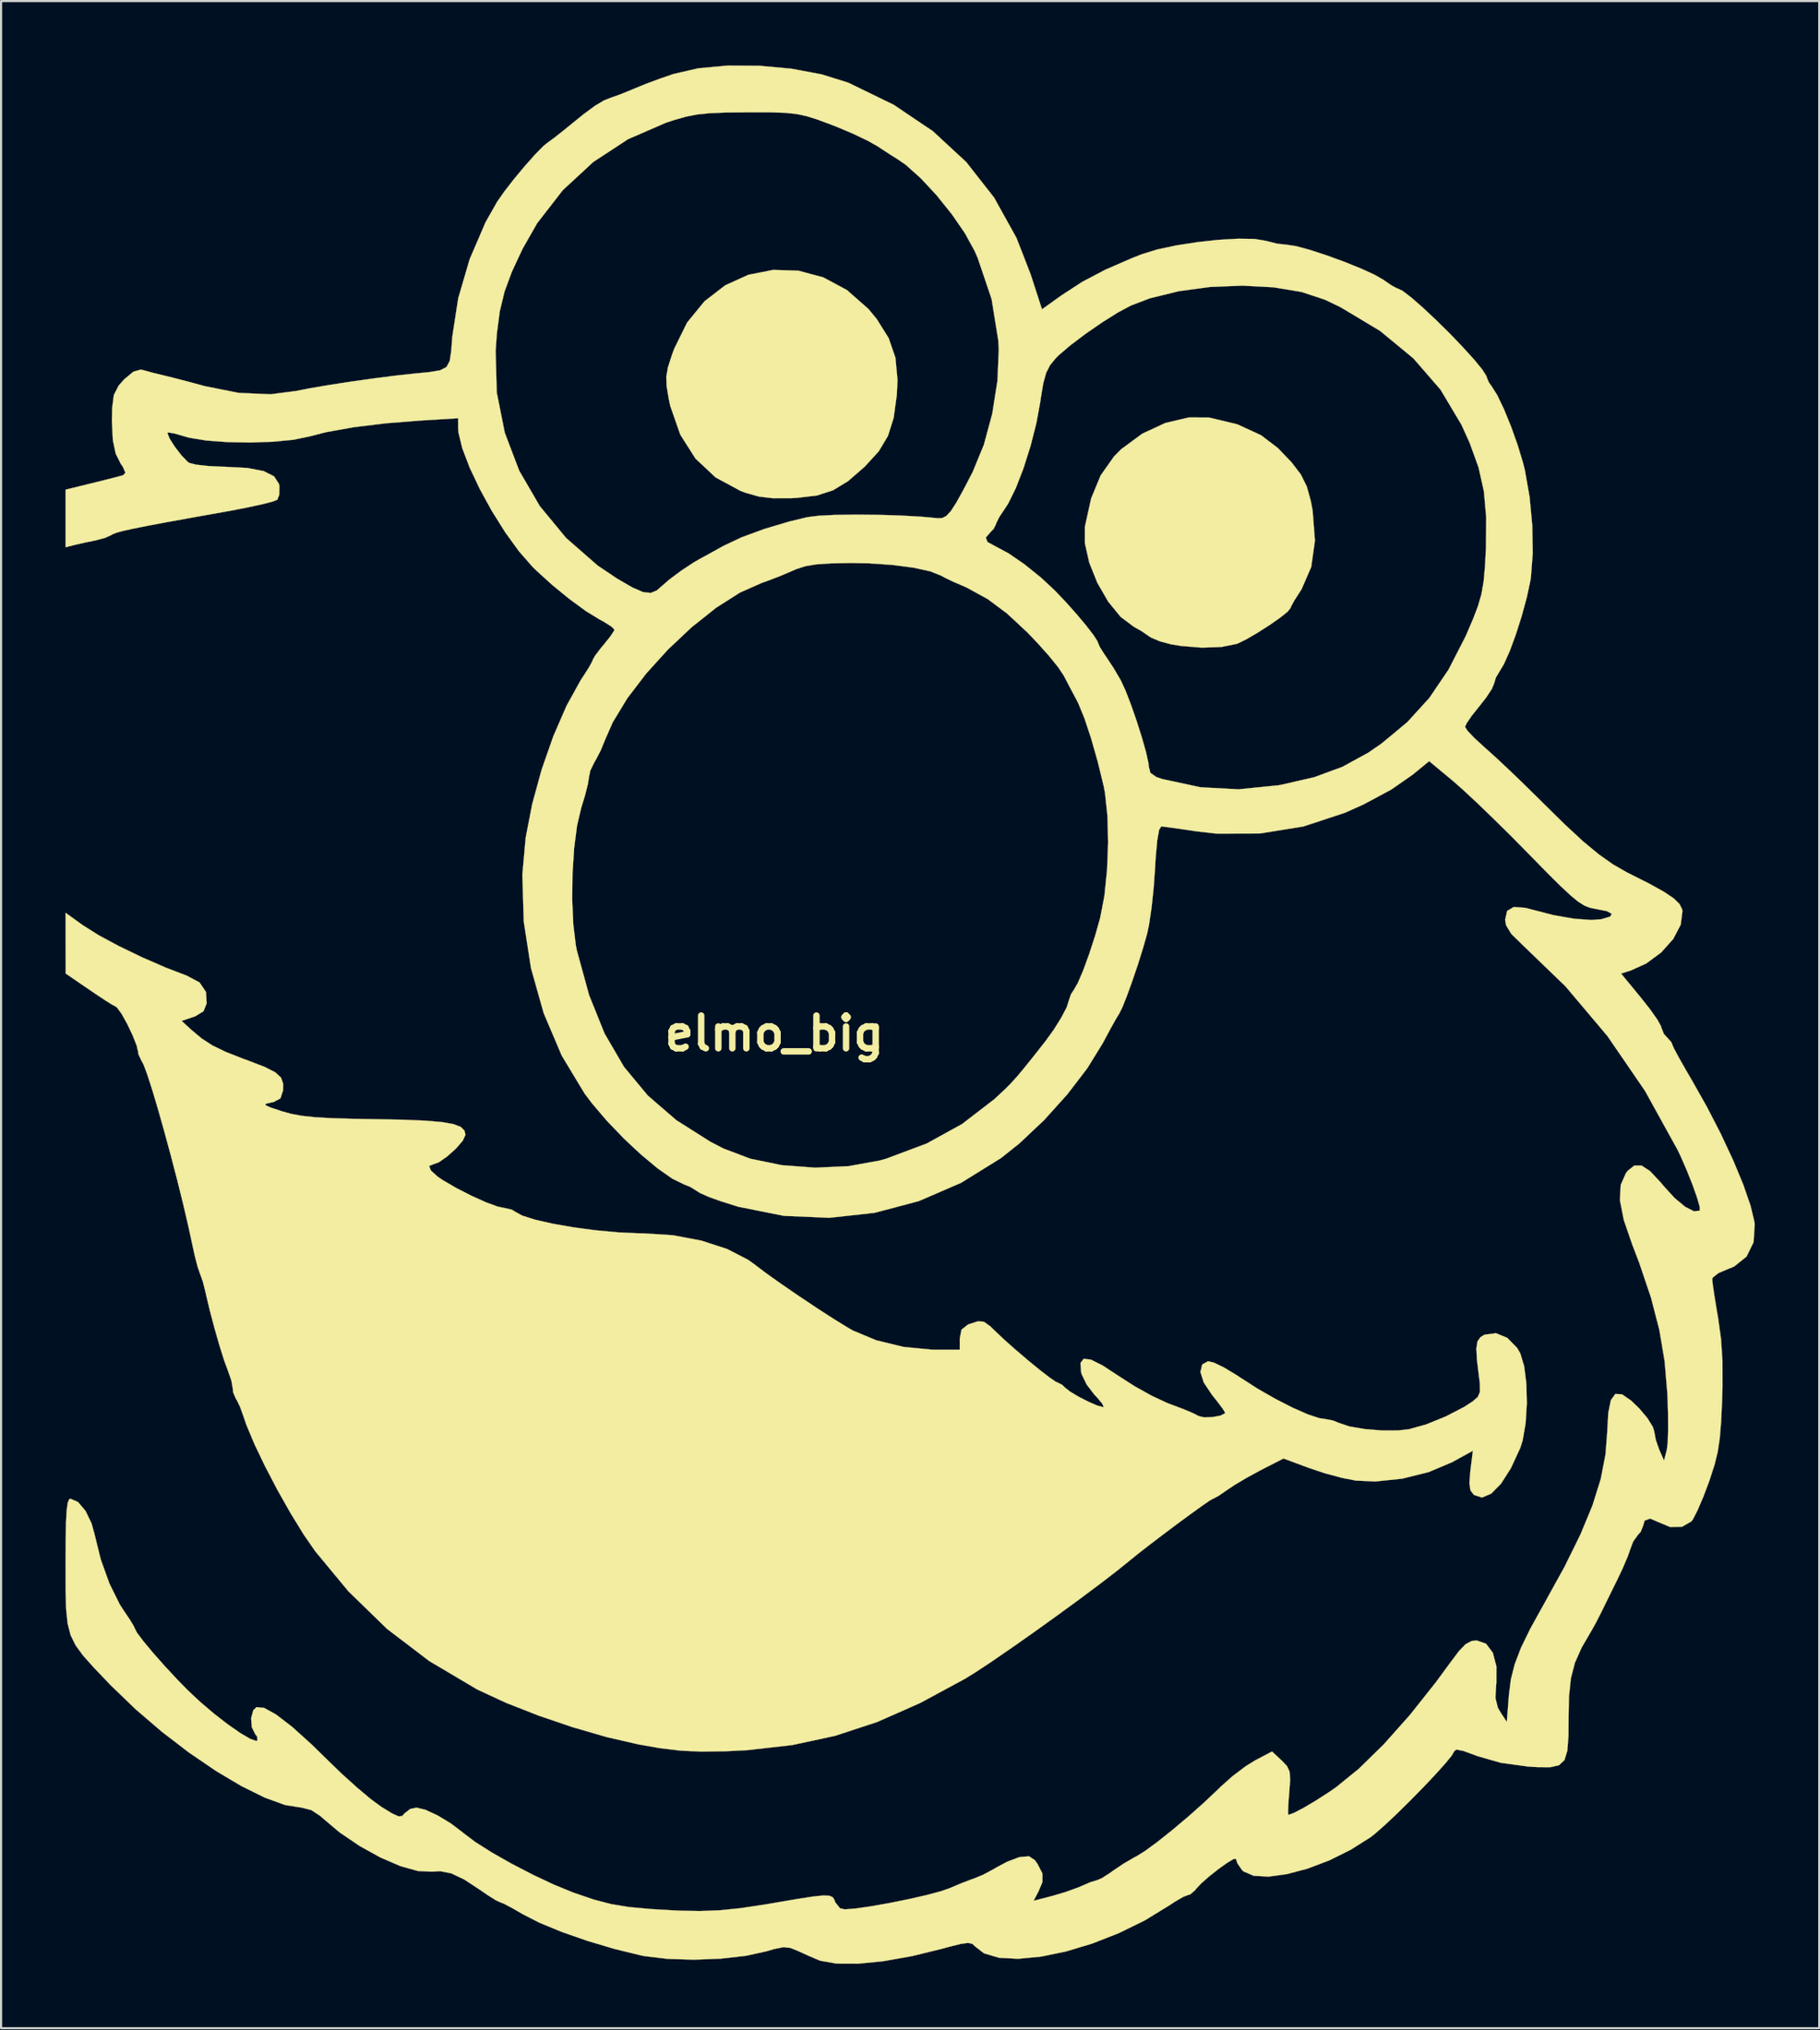
<source format=kicad_pcb>
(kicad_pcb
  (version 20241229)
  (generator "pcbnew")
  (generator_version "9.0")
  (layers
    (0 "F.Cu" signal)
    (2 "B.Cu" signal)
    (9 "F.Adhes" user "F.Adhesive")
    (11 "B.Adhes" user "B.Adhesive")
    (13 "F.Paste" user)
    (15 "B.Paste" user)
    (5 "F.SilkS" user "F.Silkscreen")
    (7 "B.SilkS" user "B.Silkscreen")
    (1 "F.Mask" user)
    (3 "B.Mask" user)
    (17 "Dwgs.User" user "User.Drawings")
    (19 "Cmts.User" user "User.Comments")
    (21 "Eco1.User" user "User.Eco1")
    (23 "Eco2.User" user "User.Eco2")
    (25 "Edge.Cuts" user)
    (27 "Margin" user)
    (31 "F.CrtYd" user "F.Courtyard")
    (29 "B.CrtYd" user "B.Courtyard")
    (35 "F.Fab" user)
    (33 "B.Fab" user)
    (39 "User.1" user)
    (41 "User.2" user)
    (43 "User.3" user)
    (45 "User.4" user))
  (footprint "elmo_big"
    (layer "F.Cu")
    (at 33.025 45.099)
    (property "Reference" "elmo_big" (at 0 0 0) (layer "F.SilkS") (effects (font (size 1.524 1.524) (thickness 0.3))))
    (attr through_hole)
    (fp_poly (pts (xy 1.115 -35.538) (xy 2.276 -35.227) (xy 3.378 -34.636) (xy 4.377 -33.758) (xy 4.764 -33.291) (xy 5.323 -32.398) (xy 5.638 -31.486) (xy 5.735 -30.45) (xy 5.702 -29.743) (xy 5.556 -28.68) (xy 5.291 -27.841) (xy 4.86 -27.121) (xy 4.214 -26.414) (xy 4.21 -26.41) (xy 3.442 -25.741) (xy 2.735 -25.308) (xy 1.972 -25.062) (xy 1.033 -24.952) (xy 0.762 -24.94) (xy -0.07 -24.938) (xy -0.72 -25.014) (xy -1.341 -25.19) (xy -1.582 -25.28) (xy -2.739 -25.906) (xy -3.677 -26.785) (xy -4.385 -27.902) (xy -4.852 -29.241) (xy -4.926 -29.592) (xy -5.019 -30.161) (xy -5.035 -30.598) (xy -4.959 -31.035) (xy -4.776 -31.604) (xy -4.674 -31.886) (xy -4.067 -33.119) (xy -3.258 -34.111) (xy -2.292 -34.856) (xy -1.212 -35.346) (xy -0.062 -35.575) (xy 1.115 -35.538)) (stroke (width 0.01) (type solid)) (fill yes) (layer "F.SilkS"))
    (fp_poly (pts (xy 20.255 -28.694) (xy 21.558 -28.383) (xy 22.675 -27.87) (xy 23.453 -27.275) (xy 24.093 -26.609) (xy 24.524 -26.046) (xy 24.804 -25.478) (xy 24.991 -24.801) (xy 25.073 -24.362) (xy 25.181 -22.96) (xy 25.008 -21.733) (xy 24.555 -20.69) (xy 24.479 -20.573) (xy 24.219 -20.167) (xy 24.064 -19.882) (xy 24.045 -19.822) (xy 23.911 -19.654) (xy 23.561 -19.374) (xy 23.076 -19.033) (xy 22.534 -18.685) (xy 22.015 -18.381) (xy 21.6 -18.176) (xy 21.522 -18.147) (xy 20.817 -18.007) (xy 19.912 -17.977) (xy 18.928 -18.057) (xy 18.476 -18.132) (xy 17.954 -18.272) (xy 17.545 -18.446) (xy 17.46 -18.502) (xy 17.098 -18.749) (xy 16.752 -18.943) (xy 16.132 -19.408) (xy 15.549 -20.121) (xy 15.047 -20.992) (xy 14.671 -21.931) (xy 14.464 -22.847) (xy 14.464 -23.601) (xy 14.758 -24.93) (xy 15.201 -26.004) (xy 15.822 -26.882) (xy 16.168 -27.23) (xy 17.134 -27.942) (xy 18.208 -28.442) (xy 19.301 -28.699) (xy 20.255 -28.694)) (stroke (width 0.01) (type solid)) (fill yes) (layer "F.SilkS"))
    (fp_poly (pts (xy -32.216 -5.043) (xy -31.496 -4.588) (xy -30.547 -4.076) (xy -29.464 -3.553) (xy -28.341 -3.064) (xy -27.374 -2.693) (xy -26.777 -2.375) (xy -26.48 -1.935) (xy -26.448 -1.403) (xy -26.594 -1.036) (xy -26.979 -0.801) (xy -27.059 -0.773) (xy -27.616 -0.586) (xy -27.143 -0.154) (xy -26.673 0.239) (xy -26.181 0.557) (xy -25.574 0.852) (xy -24.757 1.174) (xy -24.514 1.263) (xy -23.746 1.559) (xy -23.253 1.809) (xy -22.982 2.058) (xy -22.881 2.35) (xy -22.89 2.656) (xy -23.009 3.022) (xy -23.323 3.192) (xy -23.445 3.217) (xy -23.688 3.272) (xy -23.712 3.338) (xy -23.482 3.444) (xy -22.963 3.618) (xy -22.937 3.626) (xy -22.506 3.746) (xy -22.022 3.835) (xy -21.427 3.9) (xy -20.661 3.945) (xy -19.664 3.976) (xy -18.627 3.993) (xy -17.286 4.019) (xy -16.25 4.063) (xy -15.481 4.129) (xy -14.947 4.224) (xy -14.611 4.354) (xy -14.438 4.526) (xy -14.393 4.723) (xy -14.52 4.998) (xy -14.835 5.363) (xy -15.24 5.727) (xy -15.634 6.001) (xy -15.899 6.096) (xy -16.085 6.174) (xy -16.005 6.381) (xy -15.684 6.673) (xy -15.452 6.831) (xy -14.809 7.205) (xy -14.11 7.562) (xy -13.444 7.862) (xy -12.901 8.063) (xy -12.591 8.128) (xy -12.228 8.209) (xy -12.09 8.298) (xy -11.749 8.486) (xy -11.137 8.679) (xy -10.318 8.864) (xy -9.36 9.031) (xy -8.329 9.169) (xy -7.291 9.266) (xy -6.312 9.311) (xy -6.092 9.313) (xy -4.718 9.402) (xy -3.392 9.653) (xy -2.197 10.043) (xy -1.218 10.548) (xy -0.931 10.756) (xy -0.407 11.153) (xy 0.311 11.663) (xy 1.137 12.231) (xy 1.986 12.797) (xy 2.774 13.306) (xy 3.416 13.701) (xy 3.655 13.838) (xy 4.743 14.293) (xy 6.011 14.602) (xy 7.32 14.73) (xy 7.486 14.732) (xy 8.636 14.732) (xy 8.636 14.22) (xy 8.715 13.802) (xy 9.009 13.567) (xy 9.07 13.542) (xy 9.482 13.41) (xy 9.765 13.432) (xy 10.062 13.648) (xy 10.274 13.854) (xy 10.713 14.269) (xy 11.25 14.746) (xy 11.821 15.232) (xy 12.364 15.676) (xy 12.815 16.025) (xy 13.111 16.227) (xy 13.182 16.256) (xy 13.41 16.372) (xy 13.535 16.495) (xy 13.772 16.684) (xy 14.171 16.921) (xy 14.628 17.155) (xy 15.04 17.334) (xy 15.303 17.406) (xy 15.341 17.396) (xy 15.275 17.249) (xy 15.032 16.955) (xy 14.899 16.815) (xy 14.547 16.354) (xy 14.313 15.868) (xy 14.288 15.771) (xy 14.261 15.35) (xy 14.407 15.157) (xy 14.743 15.194) (xy 15.286 15.465) (xy 16.045 15.962) (xy 16.781 16.435) (xy 17.576 16.877) (xy 18.287 17.21) (xy 18.461 17.277) (xy 19.046 17.497) (xy 19.516 17.695) (xy 19.763 17.824) (xy 20.014 17.886) (xy 20.396 17.874) (xy 20.767 17.807) (xy 20.984 17.703) (xy 20.997 17.668) (xy 20.899 17.501) (xy 20.644 17.159) (xy 20.392 16.844) (xy 20.003 16.261) (xy 19.847 15.771) (xy 19.93 15.422) (xy 20.203 15.27) (xy 20.475 15.335) (xy 20.936 15.558) (xy 21.504 15.898) (xy 21.727 16.046) (xy 22.514 16.551) (xy 23.346 17.027) (xy 24.151 17.438) (xy 24.856 17.749) (xy 25.391 17.924) (xy 25.581 17.949) (xy 26.017 18.03) (xy 26.283 18.138) (xy 26.781 18.306) (xy 27.492 18.429) (xy 28.294 18.496) (xy 29.063 18.494) (xy 29.556 18.439) (xy 30.365 18.213) (xy 31.276 17.843) (xy 32.132 17.399) (xy 32.515 17.152) (xy 32.766 16.938) (xy 32.871 16.694) (xy 32.863 16.298) (xy 32.826 16.002) (xy 32.729 15.206) (xy 32.702 14.676) (xy 32.754 14.345) (xy 32.894 14.146) (xy 33.085 14.033) (xy 33.612 13.963) (xy 34.142 14.181) (xy 34.597 14.645) (xy 34.747 14.903) (xy 34.929 15.503) (xy 35.031 16.319) (xy 35.053 17.241) (xy 34.996 18.157) (xy 34.859 18.954) (xy 34.749 19.304) (xy 34.309 20.256) (xy 33.849 20.976) (xy 33.392 21.439) (xy 32.964 21.621) (xy 32.587 21.497) (xy 32.428 21.287) (xy 32.378 20.951) (xy 32.422 20.389) (xy 32.426 20.355) (xy 32.541 19.44) (xy 31.558 19.979) (xy 30.482 20.434) (xy 29.245 20.741) (xy 27.995 20.872) (xy 27.093 20.831) (xy 26.448 20.706) (xy 25.664 20.495) (xy 24.939 20.255) (xy 23.716 19.8) (xy 22.653 20.346) (xy 22.024 20.687) (xy 21.44 21.034) (xy 21.066 21.284) (xy 20.702 21.535) (xy 20.459 21.668) (xy 20.431 21.675) (xy 20.265 21.771) (xy 19.891 22.03) (xy 19.366 22.408) (xy 18.751 22.861) (xy 18.104 23.346) (xy 17.484 23.818) (xy 16.95 24.234) (xy 16.583 24.532) (xy 15.964 25.031) (xy 15.146 25.66) (xy 14.188 26.375) (xy 13.15 27.133) (xy 12.091 27.893) (xy 11.071 28.611) (xy 10.148 29.245) (xy 9.383 29.753) (xy 8.89 30.058) (xy 6.78 31.198) (xy 4.783 32.079) (xy 2.824 32.723) (xy 0.828 33.152) (xy -1.279 33.39) (xy -2.286 33.441) (xy -3.406 33.457) (xy -4.368 33.412) (xy -5.34 33.295) (xy -6.35 33.117) (xy -7.807 32.782) (xy -9.395 32.321) (xy -10.999 31.775) (xy -12.506 31.183) (xy -13.799 30.583) (xy -13.885 30.538) (xy -16.081 29.236) (xy -18.049 27.736) (xy -19.842 25.991) (xy -21.384 24.13) (xy -21.935 23.333) (xy -22.54 22.347) (xy -23.155 21.258) (xy -23.734 20.151) (xy -24.231 19.11) (xy -24.602 18.22) (xy -24.724 17.865) (xy -24.89 17.401) (xy -25.046 17.076) (xy -25.082 17.026) (xy -25.21 16.732) (xy -25.231 16.544) (xy -25.297 16.167) (xy -25.458 15.703) (xy -25.464 15.689) (xy -25.633 15.23) (xy -25.848 14.546) (xy -26.08 13.74) (xy -26.298 12.917) (xy -26.474 12.18) (xy -26.507 12.028) (xy -26.627 11.553) (xy -26.754 11.197) (xy -26.761 11.182) (xy -26.865 10.882) (xy -26.997 10.373) (xy -27.1 9.906) (xy -27.302 8.973) (xy -27.549 7.917) (xy -27.829 6.792) (xy -28.127 5.647) (xy -28.429 4.535) (xy -28.72 3.508) (xy -28.987 2.615) (xy -29.215 1.91) (xy -29.39 1.443) (xy -29.48 1.278) (xy -29.625 0.97) (xy -29.633 0.887) (xy -29.708 0.561) (xy -29.898 0.081) (xy -30.149 -0.446) (xy -30.408 -0.911) (xy -30.623 -1.206) (xy -30.679 -1.249) (xy -30.876 -1.357) (xy -31.175 -1.545) (xy -31.633 -1.849) (xy -32.305 -2.307) (xy -32.398 -2.371) (xy -33.016 -2.794) (xy -33.018 -4.207) (xy -33.02 -5.62) (xy -32.216 -5.043)) (stroke (width 0.01) (type solid)) (fill yes) (layer "F.SilkS"))
    (fp_poly (pts (xy -0.693 -45.085) (xy 0.799 -44.947) (xy 2.206 -44.683) (xy 3.43 -44.3) (xy 3.471 -44.283) (xy 5.556 -43.268) (xy 7.378 -42.041) (xy 8.938 -40.598) (xy 10.237 -38.94) (xy 11.278 -37.064) (xy 11.935 -35.375) (xy 12.466 -33.739) (xy 13.386 -34.396) (xy 14.343 -35.018) (xy 15.41 -35.581) (xy 16.683 -36.134) (xy 17.124 -36.307) (xy 17.834 -36.525) (xy 18.723 -36.715) (xy 19.705 -36.868) (xy 20.696 -36.976) (xy 21.613 -37.028) (xy 22.37 -37.016) (xy 22.884 -36.931) (xy 22.889 -36.93) (xy 23.423 -36.796) (xy 23.889 -36.745) (xy 24.31 -36.68) (xy 24.952 -36.505) (xy 25.725 -36.253) (xy 26.541 -35.955) (xy 27.313 -35.645) (xy 27.952 -35.353) (xy 28.37 -35.113) (xy 28.379 -35.106) (xy 28.746 -34.853) (xy 28.996 -34.72) (xy 29.026 -34.713) (xy 29.27 -34.595) (xy 29.687 -34.274) (xy 30.227 -33.801) (xy 30.838 -33.227) (xy 31.469 -32.603) (xy 32.068 -31.98) (xy 32.586 -31.409) (xy 32.971 -30.94) (xy 33.172 -30.626) (xy 33.189 -30.558) (xy 33.287 -30.329) (xy 33.413 -30.155) (xy 33.674 -29.74) (xy 33.986 -29.088) (xy 34.312 -28.289) (xy 34.619 -27.433) (xy 34.869 -26.61) (xy 34.961 -26.247) (xy 35.181 -24.999) (xy 35.306 -23.666) (xy 35.328 -22.375) (xy 35.242 -21.253) (xy 35.216 -21.086) (xy 35.05 -20.311) (xy 34.814 -19.445) (xy 34.538 -18.58) (xy 34.251 -17.804) (xy 33.985 -17.208) (xy 33.832 -16.953) (xy 33.611 -16.582) (xy 33.528 -16.306) (xy 33.425 -16.055) (xy 33.157 -15.649) (xy 32.851 -15.259) (xy 32.494 -14.811) (xy 32.249 -14.453) (xy 32.173 -14.284) (xy 32.293 -14.098) (xy 32.611 -13.764) (xy 33.061 -13.349) (xy 33.141 -13.279) (xy 33.633 -12.837) (xy 34.281 -12.228) (xy 35.006 -11.53) (xy 35.726 -10.819) (xy 35.808 -10.737) (xy 36.828 -9.733) (xy 37.677 -8.948) (xy 38.405 -8.345) (xy 39.057 -7.883) (xy 39.683 -7.523) (xy 39.793 -7.467) (xy 40.751 -6.983) (xy 41.438 -6.602) (xy 41.896 -6.295) (xy 42.165 -6.032) (xy 42.287 -5.786) (xy 42.302 -5.705) (xy 42.221 -5.068) (xy 41.872 -4.403) (xy 41.315 -3.777) (xy 40.608 -3.257) (xy 39.914 -2.944) (xy 39.443 -2.79) (xy 40.38 -1.653) (xy 40.804 -1.113) (xy 41.129 -0.651) (xy 41.302 -0.341) (xy 41.317 -0.279) (xy 41.437 0.022) (xy 41.571 0.169) (xy 41.784 0.403) (xy 41.825 0.507) (xy 41.907 0.697) (xy 42.127 1.11) (xy 42.449 1.678) (xy 42.717 2.137) (xy 43.433 3.403) (xy 44.092 4.681) (xy 44.668 5.915) (xy 45.137 7.047) (xy 45.474 8.02) (xy 45.655 8.779) (xy 45.669 8.89) (xy 45.616 9.724) (xy 45.288 10.393) (xy 44.708 10.859) (xy 44.408 10.98) (xy 43.972 11.167) (xy 43.716 11.371) (xy 43.688 11.446) (xy 43.716 11.71) (xy 43.791 12.219) (xy 43.899 12.885) (xy 43.962 13.25) (xy 44.099 14.234) (xy 44.166 15.265) (xy 44.168 16.461) (xy 44.149 17.109) (xy 44.102 18.112) (xy 44.038 18.877) (xy 43.942 19.505) (xy 43.796 20.097) (xy 43.583 20.755) (xy 43.527 20.916) (xy 43.264 21.614) (xy 43.006 22.213) (xy 42.795 22.625) (xy 42.721 22.73) (xy 42.286 22.981) (xy 41.732 22.994) (xy 41.186 22.766) (xy 41.185 22.766) (xy 40.798 22.599) (xy 40.54 22.693) (xy 40.471 22.934) (xy 40.352 23.226) (xy 40.233 23.354) (xy 40.009 23.666) (xy 39.888 23.981) (xy 39.758 24.354) (xy 39.524 24.902) (xy 39.263 25.456) (xy 38.956 26.077) (xy 38.674 26.651) (xy 38.498 27.009) (xy 38.277 27.443) (xy 38.094 27.771) (xy 37.609 28.607) (xy 37.289 29.326) (xy 37.103 30.047) (xy 37.017 30.886) (xy 36.999 31.766) (xy 36.991 32.736) (xy 36.939 33.414) (xy 36.806 33.85) (xy 36.554 34.091) (xy 36.145 34.185) (xy 35.541 34.18) (xy 35.102 34.152) (xy 33.838 33.978) (xy 32.739 33.662) (xy 32.686 33.641) (xy 32.099 33.425) (xy 31.772 33.361) (xy 31.666 33.442) (xy 31.665 33.45) (xy 31.55 33.649) (xy 31.238 34.029) (xy 30.777 34.54) (xy 30.218 35.131) (xy 29.609 35.751) (xy 29 36.351) (xy 28.44 36.878) (xy 27.979 37.283) (xy 27.771 37.446) (xy 26.839 38.035) (xy 25.842 38.528) (xy 24.836 38.909) (xy 23.877 39.165) (xy 23.022 39.281) (xy 22.326 39.242) (xy 21.847 39.035) (xy 21.786 38.976) (xy 21.567 38.656) (xy 21.505 38.458) (xy 21.391 38.461) (xy 21.099 38.634) (xy 20.702 38.917) (xy 20.275 39.254) (xy 19.894 39.589) (xy 19.632 39.865) (xy 19.592 39.92) (xy 19.367 40.113) (xy 19.284 40.132) (xy 19.054 40.221) (xy 18.659 40.449) (xy 18.403 40.618) (xy 17.265 41.315) (xy 16.051 41.912) (xy 14.807 42.4) (xy 13.579 42.769) (xy 12.415 43.009) (xy 11.36 43.109) (xy 10.46 43.061) (xy 9.762 42.853) (xy 9.356 42.537) (xy 9.22 42.412) (xy 9.022 42.37) (xy 8.684 42.415) (xy 8.13 42.554) (xy 7.832 42.636) (xy 6.416 42.984) (xy 5.086 43.22) (xy 3.897 43.338) (xy 2.902 43.334) (xy 2.155 43.204) (xy 2.051 43.166) (xy 1.609 42.977) (xy 1.105 42.747) (xy 1.093 42.742) (xy 0.738 42.599) (xy 0.417 42.569) (xy -0.005 42.653) (xy -0.364 42.758) (xy -1.322 42.97) (xy -2.49 43.103) (xy -3.748 43.151) (xy -4.975 43.113) (xy -6.052 42.984) (xy -6.228 42.949) (xy -7.464 42.646) (xy -8.723 42.271) (xy -9.915 41.854) (xy -10.949 41.427) (xy -11.706 41.04) (xy -12.212 40.748) (xy -12.602 40.543) (xy -12.784 40.471) (xy -12.98 40.38) (xy -13.355 40.144) (xy -13.693 39.911) (xy -14.45 39.414) (xy -15.05 39.129) (xy -15.572 39.028) (xy -15.948 39.051) (xy -16.599 39.021) (xy -17.424 38.79) (xy -18.353 38.39) (xy -19.319 37.856) (xy -20.252 37.222) (xy -21.084 36.522) (xy -21.147 36.461) (xy -21.57 36.182) (xy -22.01 36.068) (xy -22.784 35.947) (xy -23.741 35.601) (xy -24.838 35.058) (xy -26.031 34.347) (xy -27.278 33.496) (xy -28.536 32.531) (xy -29.761 31.48) (xy -30.91 30.373) (xy -31.037 30.241) (xy -31.701 29.545) (xy -32.198 28.99) (xy -32.551 28.508) (xy -32.785 28.032) (xy -32.924 27.493) (xy -32.994 26.824) (xy -33.018 25.958) (xy -33.02 24.825) (xy -33.02 24.726) (xy -33.015 23.6) (xy -32.999 22.773) (xy -32.968 22.206) (xy -32.919 21.862) (xy -32.851 21.7) (xy -32.796 21.675) (xy -32.441 21.829) (xy -32.094 22.238) (xy -31.811 22.822) (xy -31.675 23.317) (xy -31.381 24.505) (xy -30.973 25.637) (xy -30.499 26.594) (xy -30.311 26.887) (xy -30.024 27.312) (xy -29.84 27.617) (xy -29.803 27.705) (xy -29.692 27.919) (xy -29.39 28.321) (xy -28.943 28.857) (xy -28.398 29.473) (xy -27.8 30.116) (xy -27.347 30.579) (xy -26.75 31.141) (xy -26.104 31.69) (xy -25.464 32.186) (xy -24.886 32.59) (xy -24.424 32.861) (xy -24.135 32.96) (xy -24.08 32.942) (xy -24.095 32.76) (xy -24.184 32.645) (xy -24.346 32.315) (xy -24.374 31.893) (xy -24.274 31.528) (xy -24.126 31.386) (xy -23.768 31.422) (xy -23.219 31.725) (xy -22.486 32.288) (xy -21.577 33.105) (xy -20.837 33.829) (xy -20.147 34.496) (xy -19.444 35.131) (xy -18.81 35.663) (xy -18.324 36.021) (xy -18.315 36.028) (xy -17.808 36.338) (xy -17.505 36.475) (xy -17.334 36.458) (xy -17.24 36.343) (xy -16.965 36.129) (xy -16.668 36.068) (xy -16.251 36.169) (xy -15.683 36.434) (xy -15.069 36.806) (xy -14.514 37.227) (xy -14.478 37.258) (xy -13.933 37.67) (xy -13.156 38.161) (xy -12.23 38.686) (xy -11.236 39.201) (xy -10.258 39.661) (xy -9.378 40.02) (xy -9.353 40.03) (xy -8.411 40.351) (xy -7.603 40.563) (xy -6.773 40.699) (xy -5.767 40.791) (xy -5.713 40.795) (xy -4.492 40.866) (xy -3.477 40.887) (xy -2.546 40.851) (xy -1.578 40.752) (xy -0.454 40.583) (xy 0.103 40.488) (xy 1.09 40.319) (xy 1.794 40.21) (xy 2.265 40.161) (xy 2.556 40.171) (xy 2.717 40.239) (xy 2.798 40.366) (xy 2.83 40.471) (xy 3.057 40.757) (xy 3.279 40.808) (xy 3.788 40.768) (xy 4.517 40.662) (xy 5.372 40.51) (xy 6.26 40.33) (xy 7.086 40.142) (xy 7.756 39.963) (xy 8.152 39.826) (xy 8.695 39.595) (xy 9.181 39.41) (xy 9.313 39.365) (xy 9.736 39.189) (xy 10.238 38.918) (xy 10.334 38.859) (xy 10.858 38.582) (xy 11.377 38.386) (xy 11.452 38.368) (xy 11.86 38.334) (xy 12.129 38.51) (xy 12.252 38.679) (xy 12.486 39.135) (xy 12.486 39.539) (xy 12.302 39.973) (xy 12.076 40.407) (xy 12.938 40.184) (xy 13.559 40) (xy 14.135 39.793) (xy 14.334 39.708) (xy 14.736 39.536) (xy 15.006 39.456) (xy 15.021 39.455) (xy 15.241 39.361) (xy 15.61 39.127) (xy 15.757 39.021) (xy 16.267 38.677) (xy 16.772 38.383) (xy 16.851 38.344) (xy 17.259 38.093) (xy 17.846 37.662) (xy 18.548 37.102) (xy 19.299 36.469) (xy 20.034 35.815) (xy 20.689 35.194) (xy 20.759 35.124) (xy 21.327 34.614) (xy 21.949 34.143) (xy 22.387 33.871) (xy 23.182 33.453) (xy 23.632 33.871) (xy 23.878 34.129) (xy 24 34.388) (xy 24.027 34.76) (xy 23.985 35.348) (xy 23.943 35.896) (xy 23.928 36.278) (xy 23.941 36.407) (xy 24.194 36.318) (xy 24.644 36.082) (xy 25.212 35.747) (xy 25.818 35.357) (xy 26.162 35.12) (xy 27.231 34.252) (xy 28.393 33.113) (xy 29.612 31.743) (xy 30.85 30.182) (xy 31.478 29.323) (xy 31.894 28.77) (xy 32.205 28.45) (xy 32.48 28.306) (xy 32.714 28.279) (xy 33.153 28.431) (xy 33.468 28.852) (xy 33.636 29.486) (xy 33.633 30.276) (xy 33.624 30.344) (xy 33.59 30.957) (xy 33.701 31.405) (xy 33.819 31.615) (xy 34.121 32.078) (xy 34.219 30.813) (xy 34.31 30.092) (xy 34.488 29.388) (xy 34.778 28.628) (xy 35.209 27.741) (xy 35.809 26.655) (xy 35.849 26.585) (xy 36.805 24.854) (xy 37.554 23.335) (xy 38.112 21.985) (xy 38.495 20.76) (xy 38.718 19.618) (xy 38.797 18.589) (xy 38.848 17.674) (xy 38.968 17.081) (xy 39.174 16.797) (xy 39.484 16.81) (xy 39.913 17.106) (xy 40.295 17.475) (xy 40.671 17.922) (xy 40.922 18.328) (xy 40.986 18.534) (xy 41.06 18.936) (xy 41.219 19.389) (xy 41.444 19.897) (xy 41.574 19.407) (xy 41.617 19.051) (xy 41.636 18.442) (xy 41.631 17.664) (xy 41.602 16.802) (xy 41.601 16.782) (xy 41.473 15.268) (xy 41.226 13.809) (xy 40.838 12.31) (xy 40.286 10.676) (xy 39.959 9.821) (xy 39.568 8.684) (xy 39.391 7.775) (xy 39.425 7.059) (xy 39.669 6.504) (xy 39.758 6.392) (xy 40.065 6.151) (xy 40.397 6.152) (xy 40.794 6.413) (xy 41.298 6.952) (xy 41.422 7.103) (xy 41.944 7.673) (xy 42.435 8.08) (xy 42.842 8.286) (xy 43.11 8.255) (xy 43.116 8.249) (xy 43.103 8.055) (xy 42.979 7.63) (xy 42.773 7.05) (xy 42.512 6.394) (xy 42.226 5.737) (xy 42.075 5.419) (xy 40.556 2.67) (xy 38.809 0.122) (xy 36.858 -2.191) (xy 34.829 -4.149) (xy 34.332 -4.636) (xy 34.088 -5.036) (xy 34.042 -5.297) (xy 34.135 -5.709) (xy 34.441 -5.892) (xy 34.983 -5.854) (xy 35.29 -5.773) (xy 36.299 -5.512) (xy 37.255 -5.346) (xy 38.064 -5.287) (xy 38.515 -5.321) (xy 38.929 -5.441) (xy 39.014 -5.573) (xy 38.779 -5.701) (xy 38.248 -5.806) (xy 37.988 -5.858) (xy 37.733 -5.959) (xy 37.444 -6.143) (xy 37.08 -6.442) (xy 36.602 -6.89) (xy 35.971 -7.518) (xy 35.154 -8.352) (xy 34.338 -9.179) (xy 33.517 -9.99) (xy 32.75 -10.729) (xy 32.099 -11.337) (xy 31.635 -11.746) (xy 30.503 -12.689) (xy 29.736 -12.059) (xy 28.732 -11.361) (xy 27.443 -10.67) (xy 26.585 -10.285) (xy 24.642 -9.644) (xy 22.621 -9.318) (xy 20.58 -9.312) (xy 19.684 -9.415) (xy 18.999 -9.517) (xy 18.435 -9.596) (xy 18.081 -9.641) (xy 18.018 -9.646) (xy 17.921 -9.483) (xy 17.836 -9.002) (xy 17.764 -8.223) (xy 17.731 -7.662) (xy 17.666 -6.752) (xy 17.569 -5.851) (xy 17.455 -5.079) (xy 17.366 -4.657) (xy 17.178 -3.992) (xy 16.941 -3.236) (xy 16.682 -2.469) (xy 16.431 -1.774) (xy 16.217 -1.233) (xy 16.067 -0.927) (xy 16.057 -0.913) (xy 15.914 -0.68) (xy 15.665 -0.235) (xy 15.36 0.334) (xy 15.303 0.442) (xy 14.583 1.612) (xy 13.64 2.844) (xy 12.554 4.047) (xy 11.404 5.13) (xy 10.561 5.802) (xy 8.699 6.957) (xy 6.723 7.811) (xy 4.666 8.356) (xy 2.563 8.587) (xy 0.448 8.497) (xy -1.644 8.081) (xy -1.777 8.042) (xy -2.475 7.823) (xy -3.066 7.61) (xy -3.461 7.435) (xy -3.555 7.375) (xy -3.922 7.146) (xy -4.214 7.029) (xy -4.751 6.767) (xy -5.435 6.288) (xy -6.21 5.644) (xy -7.018 4.888) (xy -7.801 4.072) (xy -8.502 3.249) (xy -8.844 2.794) (xy -9.909 1.026) (xy -10.745 -0.942) (xy -11.339 -3.045) (xy -11.676 -5.219) (xy -11.706 -6.229) (xy -9.419 -6.229) (xy -9.368 -5.08) (xy -9.249 -4.099) (xy -9.2 -3.857) (xy -8.631 -1.784) (xy -7.907 0.01) (xy -7.006 1.556) (xy -5.901 2.888) (xy -4.57 4.039) (xy -2.988 5.041) (xy -2.371 5.362) (xy -1.112 5.837) (xy 0.342 6.135) (xy 1.896 6.253) (xy 3.451 6.182) (xy 4.911 5.918) (xy 5.211 5.833) (xy 7.089 5.129) (xy 8.746 4.217) (xy 10.256 3.053) (xy 10.727 2.614) (xy 11.002 2.338) (xy 11.279 2.034) (xy 11.61 1.641) (xy 12.045 1.1) (xy 12.626 0.362) (xy 13.021 -0.186) (xy 13.37 -0.746) (xy 13.62 -1.224) (xy 13.716 -1.529) (xy 13.716 -1.531) (xy 13.818 -1.835) (xy 13.942 -2.019) (xy 14.138 -2.358) (xy 14.389 -2.946) (xy 14.667 -3.706) (xy 14.943 -4.558) (xy 15.175 -5.378) (xy 15.373 -6.405) (xy 15.498 -7.62) (xy 15.547 -8.904) (xy 15.516 -10.138) (xy 15.402 -11.205) (xy 15.343 -11.515) (xy 15.061 -12.672) (xy 14.753 -13.756) (xy 14.443 -14.687) (xy 14.156 -15.385) (xy 14.088 -15.519) (xy 13.811 -16.04) (xy 13.512 -16.613) (xy 13.475 -16.683) (xy 13.222 -17.061) (xy 12.789 -17.596) (xy 12.243 -18.208) (xy 11.781 -18.689) (xy 10.832 -19.573) (xy 9.932 -20.241) (xy 8.964 -20.773) (xy 8.297 -21.062) (xy 7.921 -21.245) (xy 7.789 -21.32) (xy 7.27 -21.528) (xy 6.485 -21.701) (xy 5.504 -21.83) (xy 4.398 -21.905) (xy 3.556 -21.919) (xy 2.629 -21.902) (xy 1.955 -21.857) (xy 1.448 -21.772) (xy 1.023 -21.635) (xy 0.847 -21.559) (xy 0.225 -21.294) (xy -0.407 -21.054) (xy -0.581 -20.995) (xy -1.605 -20.541) (xy -2.713 -19.835) (xy -3.848 -18.933) (xy -4.954 -17.891) (xy -5.974 -16.767) (xy -6.852 -15.616) (xy -7.532 -14.495) (xy -7.875 -13.712) (xy -8.093 -13.182) (xy -8.328 -12.732) (xy -8.377 -12.656) (xy -8.578 -12.243) (xy -8.638 -11.943) (xy -8.691 -11.61) (xy -8.826 -11.077) (xy -9.002 -10.499) (xy -9.194 -9.682) (xy -9.329 -8.631) (xy -9.405 -7.447) (xy -9.419 -6.229) (xy -11.706 -6.229) (xy -11.741 -7.401) (xy -11.586 -9.122) (xy -11.282 -10.688) (xy -10.841 -12.296) (xy -10.296 -13.856) (xy -9.678 -15.275) (xy -9.021 -16.464) (xy -8.899 -16.65) (xy -8.637 -17.058) (xy -8.48 -17.346) (xy -8.46 -17.407) (xy -8.355 -17.597) (xy -8.097 -17.938) (xy -7.952 -18.112) (xy -7.651 -18.487) (xy -7.472 -18.756) (xy -7.451 -18.815) (xy -7.587 -18.954) (xy -7.935 -19.176) (xy -8.17 -19.305) (xy -8.789 -19.685) (xy -9.545 -20.239) (xy -10.344 -20.891) (xy -11.09 -21.568) (xy -11.272 -21.747) (xy -11.899 -22.465) (xy -12.542 -23.354) (xy -13.164 -24.346) (xy -13.728 -25.375) (xy -14.199 -26.371) (xy -14.54 -27.267) (xy -14.716 -27.997) (xy -14.732 -28.22) (xy -14.732 -28.663) (xy -16.383 -28.564) (xy -18.084 -28.43) (xy -19.597 -28.245) (xy -20.869 -28.018) (xy -21.675 -27.812) (xy -22.395 -27.663) (xy -23.338 -27.57) (xy -24.4 -27.533) (xy -25.477 -27.552) (xy -26.464 -27.626) (xy -27.258 -27.757) (xy -27.474 -27.816) (xy -27.932 -27.948) (xy -28.224 -28.001) (xy -28.279 -27.986) (xy -28.177 -27.722) (xy -27.929 -27.331) (xy -27.621 -26.931) (xy -27.34 -26.64) (xy -27.259 -26.583) (xy -26.944 -26.501) (xy -26.4 -26.438) (xy -25.735 -26.405) (xy -25.623 -26.403) (xy -24.555 -26.348) (xy -23.792 -26.202) (xy -23.308 -25.956) (xy -23.079 -25.601) (xy -23.058 -25.492) (xy -23.068 -25.093) (xy -23.157 -24.866) (xy -23.372 -24.782) (xy -23.857 -24.657) (xy -24.545 -24.508) (xy -25.374 -24.347) (xy -25.668 -24.294) (xy -27.127 -24.034) (xy -28.287 -23.824) (xy -29.182 -23.657) (xy -29.847 -23.524) (xy -30.317 -23.421) (xy -30.626 -23.338) (xy -30.809 -23.27) (xy -30.879 -23.228) (xy -31.176 -23.091) (xy -31.603 -22.977) (xy -32.145 -22.865) (xy -32.577 -22.765) (xy -33.02 -22.654) (xy -33.02 -25.335) (xy -31.792 -25.637) (xy -31.165 -25.793) (xy -30.652 -25.924) (xy -30.356 -26.003) (xy -30.341 -26.008) (xy -30.233 -26.124) (xy -30.345 -26.388) (xy -30.452 -26.546) (xy -30.685 -27.013) (xy -30.818 -27.65) (xy -30.861 -28.52) (xy -30.848 -29.155) (xy -30.772 -29.745) (xy -30.547 -30.186) (xy -30.285 -30.48) (xy -29.862 -30.831) (xy -29.525 -30.928) (xy -29.396 -30.903) (xy -28.983 -30.788) (xy -28.47 -30.663) (xy -28.448 -30.658) (xy -27.996 -30.547) (xy -27.347 -30.379) (xy -26.631 -30.186) (xy -26.529 -30.158) (xy -24.961 -29.845) (xy -23.475 -29.779) (xy -22.267 -29.935) (xy -21.635 -30.061) (xy -20.763 -30.21) (xy -19.746 -30.366) (xy -18.682 -30.517) (xy -17.666 -30.647) (xy -16.849 -30.737) (xy -16.075 -30.812) (xy -15.572 -30.896) (xy -15.277 -31.048) (xy -15.125 -31.327) (xy -15.054 -31.793) (xy -15.054 -31.799) (xy -12.987 -31.799) (xy -12.934 -29.864) (xy -12.561 -27.992) (xy -11.886 -26.216) (xy -10.928 -24.569) (xy -9.704 -23.086) (xy -8.232 -21.8) (xy -7.328 -21.192) (xy -6.623 -20.784) (xy -6.123 -20.565) (xy -5.762 -20.523) (xy -5.473 -20.644) (xy -5.298 -20.798) (xy -4.892 -21.15) (xy -4.331 -21.568) (xy -3.753 -21.949) (xy -3.474 -22.11) (xy -3.126 -22.299) (xy -2.631 -22.572) (xy -2.371 -22.717) (xy -1.551 -23.105) (xy 9.849 -23.105) (xy 9.926 -22.896) (xy 10.287 -22.702) (xy 10.907 -22.371) (xy 11.653 -21.856) (xy 12.429 -21.23) (xy 13.056 -20.646) (xy 13.563 -20.114) (xy 14.069 -19.547) (xy 14.521 -19.008) (xy 14.867 -18.561) (xy 15.053 -18.27) (xy 15.071 -18.212) (xy 15.161 -18.005) (xy 15.384 -17.649) (xy 15.452 -17.553) (xy 15.808 -17.014) (xy 16.136 -16.456) (xy 16.141 -16.446) (xy 16.359 -15.971) (xy 16.615 -15.308) (xy 16.878 -14.549) (xy 17.121 -13.785) (xy 17.313 -13.105) (xy 17.425 -12.602) (xy 17.441 -12.438) (xy 17.515 -12.143) (xy 17.794 -11.948) (xy 18.076 -11.852) (xy 19.858 -11.47) (xy 21.625 -11.375) (xy 23.477 -11.563) (xy 23.622 -11.589) (xy 25.148 -11.939) (xy 26.458 -12.421) (xy 27.663 -13.08) (xy 28.279 -13.503) (xy 29.487 -14.507) (xy 30.514 -15.636) (xy 31.405 -16.952) (xy 32.207 -18.515) (xy 32.545 -19.304) (xy 32.779 -19.916) (xy 32.937 -20.463) (xy 33.04 -21.049) (xy 33.106 -21.778) (xy 33.148 -22.618) (xy 33.161 -24.037) (xy 33.054 -25.249) (xy 32.805 -26.37) (xy 32.389 -27.519) (xy 32.005 -28.365) (xy 31.03 -29.999) (xy 29.766 -31.455) (xy 28.215 -32.734) (xy 26.375 -33.836) (xy 25.654 -34.184) (xy 24.562 -34.546) (xy 23.249 -34.764) (xy 21.801 -34.841) (xy 20.303 -34.78) (xy 18.839 -34.583) (xy 17.496 -34.253) (xy 16.61 -33.916) (xy 16.002 -33.59) (xy 15.263 -33.126) (xy 14.49 -32.592) (xy 13.783 -32.058) (xy 13.239 -31.593) (xy 13.106 -31.459) (xy 12.841 -31.134) (xy 12.659 -30.776) (xy 12.525 -30.291) (xy 12.408 -29.581) (xy 12.384 -29.414) (xy 12.203 -28.426) (xy 11.933 -27.369) (xy 11.605 -26.334) (xy 11.247 -25.409) (xy 10.891 -24.687) (xy 10.729 -24.438) (xy 10.473 -24.055) (xy 10.336 -23.778) (xy 10.329 -23.739) (xy 10.213 -23.508) (xy 10.075 -23.368) (xy 9.849 -23.105) (xy -1.551 -23.105) (xy -1.533 -23.113) (xy -0.471 -23.505) (xy 0.702 -23.854) (xy 1.546 -24.056) (xy 2.061 -24.12) (xy 2.832 -24.159) (xy 3.778 -24.173) (xy 4.818 -24.163) (xy 5.868 -24.131) (xy 6.85 -24.075) (xy 7.603 -24.007) (xy 7.814 -24.012) (xy 8.009 -24.108) (xy 8.222 -24.338) (xy 8.485 -24.748) (xy 8.833 -25.38) (xy 9.239 -26.162) (xy 9.758 -27.425) (xy 10.151 -28.881) (xy 10.391 -30.403) (xy 10.454 -31.861) (xy 10.433 -32.275) (xy 10.121 -34.207) (xy 9.472 -36.132) (xy 9.327 -36.462) (xy 8.879 -37.278) (xy 8.266 -38.169) (xy 7.557 -39.051) (xy 6.82 -39.845) (xy 6.124 -40.466) (xy 5.757 -40.721) (xy 5.441 -40.919) (xy 4.99 -41.213) (xy 4.808 -41.334) (xy 4.348 -41.593) (xy 3.684 -41.91) (xy 2.932 -42.23) (xy 2.625 -42.35) (xy 2.002 -42.58) (xy 1.501 -42.738) (xy 1.034 -42.838) (xy 0.513 -42.893) (xy -0.152 -42.915) (xy -1.049 -42.917) (xy -1.27 -42.916) (xy -2.264 -42.906) (xy -3.01 -42.876) (xy -3.601 -42.815) (xy -4.128 -42.712) (xy -4.682 -42.553) (xy -5.051 -42.432) (xy -6.823 -41.661) (xy -8.436 -40.604) (xy -9.855 -39.292) (xy -11.049 -37.754) (xy -11.73 -36.56) (xy -12.23 -35.488) (xy -12.573 -34.559) (xy -12.795 -33.64) (xy -12.93 -32.602) (xy -12.987 -31.799) (xy -15.054 -31.799) (xy -15.003 -32.467) (xy -14.728 -34.252) (xy -14.196 -36.073) (xy -13.451 -37.802) (xy -12.916 -38.746) (xy -12.585 -39.22) (xy -12.139 -39.795) (xy -11.644 -40.391) (xy -11.168 -40.928) (xy -10.78 -41.326) (xy -10.603 -41.474) (xy -10.252 -41.731) (xy -9.795 -42.092) (xy -9.619 -42.236) (xy -8.894 -42.824) (xy -8.356 -43.22) (xy -7.946 -43.466) (xy -7.62 -43.597) (xy -7.191 -43.748) (xy -6.655 -43.965) (xy -6.519 -44.024) (xy -5.996 -44.237) (xy -5.31 -44.492) (xy -4.702 -44.701) (xy -3.541 -44.968) (xy -2.173 -45.094) (xy -0.693 -45.085)) (stroke (width 0.01) (type solid)) (fill yes) (layer "F.SilkS")))
  (gr_rect
    (start -3 -3)
    (end 81.699 91.442)
    (stroke (width 0.1) (type default))
    (fill no)
    (layer "Edge.Cuts")))
</source>
